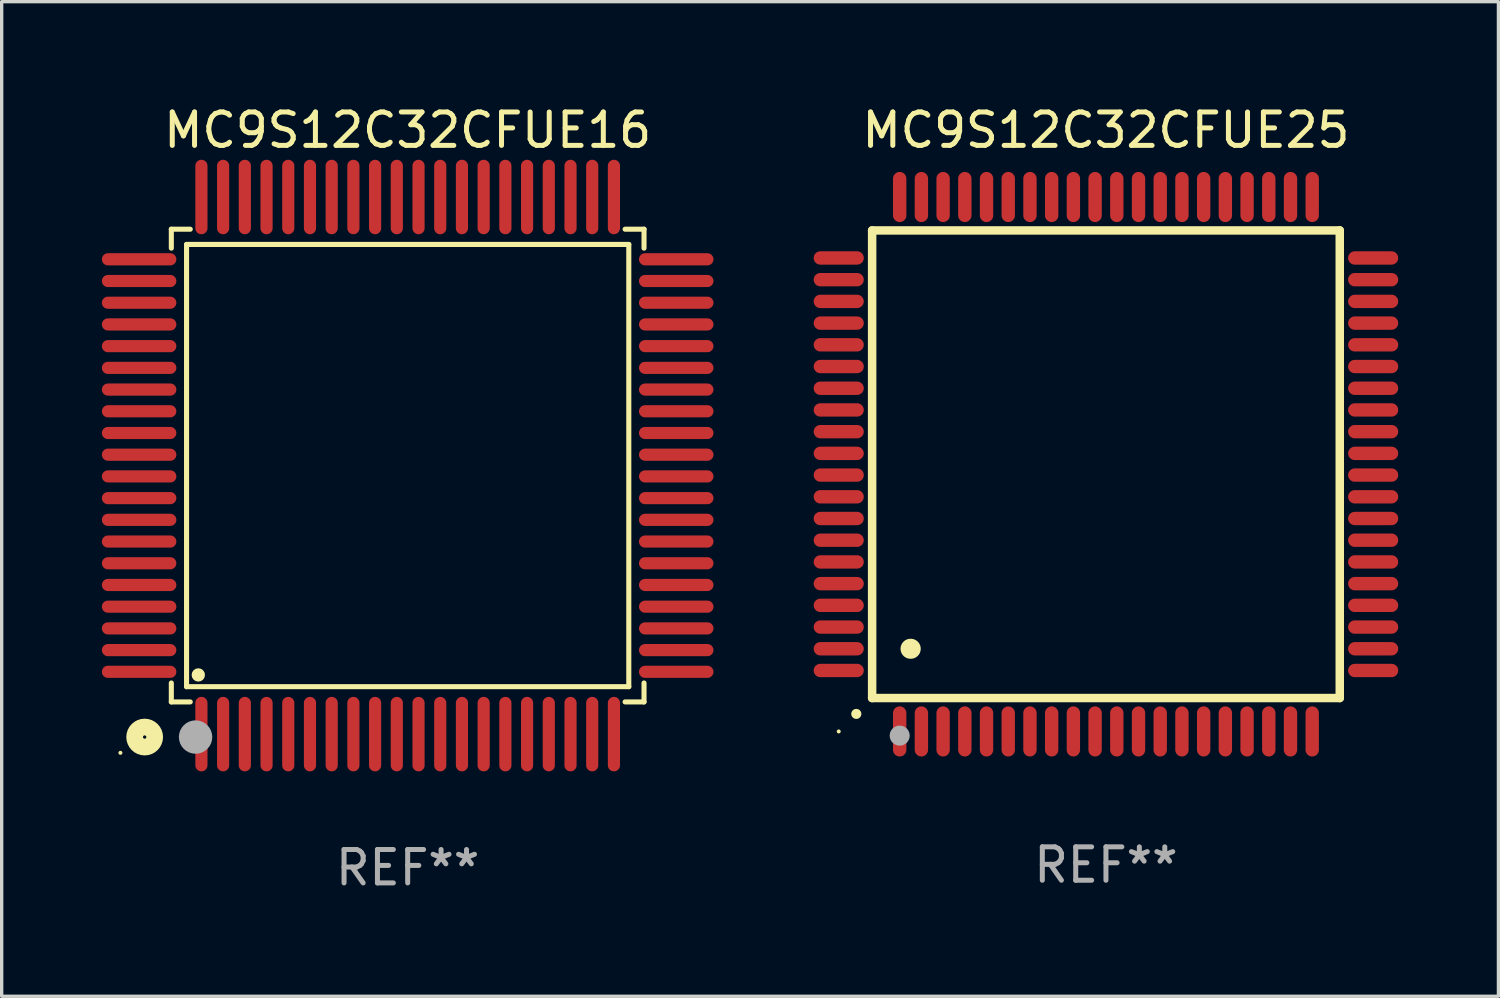
<source format=kicad_pcb>
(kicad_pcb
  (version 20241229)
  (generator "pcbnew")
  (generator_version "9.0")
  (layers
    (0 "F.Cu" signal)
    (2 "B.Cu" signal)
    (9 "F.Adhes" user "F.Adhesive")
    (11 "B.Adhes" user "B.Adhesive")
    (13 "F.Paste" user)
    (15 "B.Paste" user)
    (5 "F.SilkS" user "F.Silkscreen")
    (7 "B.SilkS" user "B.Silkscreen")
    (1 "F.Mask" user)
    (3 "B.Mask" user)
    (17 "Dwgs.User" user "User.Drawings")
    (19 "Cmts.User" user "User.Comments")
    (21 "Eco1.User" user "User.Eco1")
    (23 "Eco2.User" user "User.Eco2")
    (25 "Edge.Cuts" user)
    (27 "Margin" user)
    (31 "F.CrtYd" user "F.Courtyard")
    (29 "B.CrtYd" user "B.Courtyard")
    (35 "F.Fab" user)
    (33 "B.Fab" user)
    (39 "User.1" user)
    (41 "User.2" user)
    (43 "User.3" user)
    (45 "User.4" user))
  (footprint "MC9S12C32CFUE25"
    (layer "F.Cu")
    (at 30.06 10.848)
    (property "Reference" "MC9S12C32CFUE25" (at 0 -10 0) (layer "F.SilkS") (effects (font (size 1 1) (thickness 0.15))))
    (attr through_hole)
    (fp_line (start -7 -7) (end -7 7) (stroke (width 0.254) (type solid)) (layer "F.SilkS"))
    (fp_line (start -7 -7) (end 7 -7) (stroke (width 0.254) (type solid)) (layer "F.SilkS"))
    (fp_line (start -7 7) (end 7 7) (stroke (width 0.254) (type solid)) (layer "F.SilkS"))
    (fp_line (start 7 -7) (end 7 7) (stroke (width 0.254) (type solid)) (layer "F.SilkS"))
    (fp_arc (start -7.475006 7.475006) (mid -7.473736 7.475001) (end -7.472466 7.475006) (stroke (width 0.3) (type solid)) (layer "F.SilkS"))
    (fp_arc (start -5.850013 5.525019) (mid -5.847473 5.525008) (end -5.844933 5.525019) (stroke (width 0.6) (type solid)) (layer "F.SilkS"))
    (fp_circle (center -8 8) (end -7.97 8) (stroke (width 0.06) (type solid)) (fill no) (layer "F.SilkS"))
    (fp_circle (center -6.175 8.125) (end -6.025 8.125) (stroke (width 0.3) (type solid)) (fill no) (layer "F.Fab"))
    (fp_text user "REF**" (at 0 12 0) (layer "F.Fab") (effects (font (size 1 1) (thickness 0.15))))
    (pad "1" smd oval (at -6.175 8 180) (size 0.4 1.5) (layers "F.Cu" "F.Mask" "F.Paste"))
    (pad "2" smd oval (at -5.525 8 180) (size 0.4 1.5) (layers "F.Cu" "F.Mask" "F.Paste"))
    (pad "3" smd oval (at -4.875 8 180) (size 0.4 1.5) (layers "F.Cu" "F.Mask" "F.Paste"))
    (pad "4" smd oval (at -4.225 8 180) (size 0.4 1.5) (layers "F.Cu" "F.Mask" "F.Paste"))
    (pad "5" smd oval (at -3.575 8 180) (size 0.4 1.5) (layers "F.Cu" "F.Mask" "F.Paste"))
    (pad "6" smd oval (at -2.925 8 180) (size 0.4 1.5) (layers "F.Cu" "F.Mask" "F.Paste"))
    (pad "7" smd oval (at -2.275 8 180) (size 0.4 1.5) (layers "F.Cu" "F.Mask" "F.Paste"))
    (pad "8" smd oval (at -1.625 8 180) (size 0.4 1.5) (layers "F.Cu" "F.Mask" "F.Paste"))
    (pad "9" smd oval (at -0.975 8 180) (size 0.4 1.5) (layers "F.Cu" "F.Mask" "F.Paste"))
    (pad "10" smd oval (at -0.325 8 180) (size 0.4 1.5) (layers "F.Cu" "F.Mask" "F.Paste"))
    (pad "11" smd oval (at 0.325 8 180) (size 0.4 1.5) (layers "F.Cu" "F.Mask" "F.Paste"))
    (pad "12" smd oval (at 0.975 8 180) (size 0.4 1.5) (layers "F.Cu" "F.Mask" "F.Paste"))
    (pad "13" smd oval (at 1.625 8 180) (size 0.4 1.5) (layers "F.Cu" "F.Mask" "F.Paste"))
    (pad "14" smd oval (at 2.275 8 180) (size 0.4 1.5) (layers "F.Cu" "F.Mask" "F.Paste"))
    (pad "15" smd oval (at 2.925 8 180) (size 0.4 1.5) (layers "F.Cu" "F.Mask" "F.Paste"))
    (pad "16" smd oval (at 3.575 8 180) (size 0.4 1.5) (layers "F.Cu" "F.Mask" "F.Paste"))
    (pad "17" smd oval (at 4.225 8 180) (size 0.4 1.5) (layers "F.Cu" "F.Mask" "F.Paste"))
    (pad "18" smd oval (at 4.875 8 180) (size 0.4 1.5) (layers "F.Cu" "F.Mask" "F.Paste"))
    (pad "19" smd oval (at 5.525 8 180) (size 0.4 1.5) (layers "F.Cu" "F.Mask" "F.Paste"))
    (pad "20" smd oval (at 6.175 8) (size 0.4 1.5) (layers "F.Cu" "F.Mask" "F.Paste"))
    (pad "21" smd oval (at 8 6.175 270) (size 0.4 1.5) (layers "F.Cu" "F.Mask" "F.Paste"))
    (pad "22" smd oval (at 8 5.525 90) (size 0.4 1.5) (layers "F.Cu" "F.Mask" "F.Paste"))
    (pad "23" smd oval (at 8 4.875 90) (size 0.4 1.5) (layers "F.Cu" "F.Mask" "F.Paste"))
    (pad "24" smd oval (at 8 4.225 90) (size 0.4 1.5) (layers "F.Cu" "F.Mask" "F.Paste"))
    (pad "25" smd oval (at 8 3.575 90) (size 0.4 1.5) (layers "F.Cu" "F.Mask" "F.Paste"))
    (pad "26" smd oval (at 8 2.925 90) (size 0.4 1.5) (layers "F.Cu" "F.Mask" "F.Paste"))
    (pad "27" smd oval (at 8 2.275 90) (size 0.4 1.5) (layers "F.Cu" "F.Mask" "F.Paste"))
    (pad "28" smd oval (at 8 1.625 90) (size 0.4 1.5) (layers "F.Cu" "F.Mask" "F.Paste"))
    (pad "29" smd oval (at 8 0.975 90) (size 0.4 1.5) (layers "F.Cu" "F.Mask" "F.Paste"))
    (pad "30" smd oval (at 8 0.325 90) (size 0.4 1.5) (layers "F.Cu" "F.Mask" "F.Paste"))
    (pad "31" smd oval (at 8 -0.325 90) (size 0.4 1.5) (layers "F.Cu" "F.Mask" "F.Paste"))
    (pad "32" smd oval (at 8 -0.975 90) (size 0.4 1.5) (layers "F.Cu" "F.Mask" "F.Paste"))
    (pad "33" smd oval (at 8 -1.625 90) (size 0.4 1.5) (layers "F.Cu" "F.Mask" "F.Paste"))
    (pad "34" smd oval (at 8 -2.275 90) (size 0.4 1.5) (layers "F.Cu" "F.Mask" "F.Paste"))
    (pad "35" smd oval (at 8 -2.925 90) (size 0.4 1.5) (layers "F.Cu" "F.Mask" "F.Paste"))
    (pad "36" smd oval (at 8 -3.575 90) (size 0.4 1.5) (layers "F.Cu" "F.Mask" "F.Paste"))
    (pad "37" smd oval (at 8 -4.225 90) (size 0.4 1.5) (layers "F.Cu" "F.Mask" "F.Paste"))
    (pad "38" smd oval (at 8 -4.875 90) (size 0.4 1.5) (layers "F.Cu" "F.Mask" "F.Paste"))
    (pad "39" smd oval (at 8 -5.525 90) (size 0.4 1.5) (layers "F.Cu" "F.Mask" "F.Paste"))
    (pad "40" smd oval (at 8 -6.175 90) (size 0.4 1.5) (layers "F.Cu" "F.Mask" "F.Paste"))
    (pad "41" smd oval (at 6.175 -8) (size 0.4 1.5) (layers "F.Cu" "F.Mask" "F.Paste"))
    (pad "42" smd oval (at 5.525 -8 180) (size 0.4 1.5) (layers "F.Cu" "F.Mask" "F.Paste"))
    (pad "43" smd oval (at 4.875 -8 180) (size 0.4 1.5) (layers "F.Cu" "F.Mask" "F.Paste"))
    (pad "44" smd oval (at 4.225 -8 180) (size 0.4 1.5) (layers "F.Cu" "F.Mask" "F.Paste"))
    (pad "45" smd oval (at 3.575 -8 180) (size 0.4 1.5) (layers "F.Cu" "F.Mask" "F.Paste"))
    (pad "46" smd oval (at 2.925 -8 180) (size 0.4 1.5) (layers "F.Cu" "F.Mask" "F.Paste"))
    (pad "47" smd oval (at 2.275 -8 180) (size 0.4 1.5) (layers "F.Cu" "F.Mask" "F.Paste"))
    (pad "48" smd oval (at 1.625 -8 180) (size 0.4 1.5) (layers "F.Cu" "F.Mask" "F.Paste"))
    (pad "49" smd oval (at 0.975 -8 180) (size 0.4 1.5) (layers "F.Cu" "F.Mask" "F.Paste"))
    (pad "50" smd oval (at 0.325 -8 180) (size 0.4 1.5) (layers "F.Cu" "F.Mask" "F.Paste"))
    (pad "51" smd oval (at -0.325 -8 180) (size 0.4 1.5) (layers "F.Cu" "F.Mask" "F.Paste"))
    (pad "52" smd oval (at -0.975 -8 180) (size 0.4 1.5) (layers "F.Cu" "F.Mask" "F.Paste"))
    (pad "53" smd oval (at -1.625 -8 180) (size 0.4 1.5) (layers "F.Cu" "F.Mask" "F.Paste"))
    (pad "54" smd oval (at -2.275 -8 180) (size 0.4 1.5) (layers "F.Cu" "F.Mask" "F.Paste"))
    (pad "55" smd oval (at -2.925 -8 180) (size 0.4 1.5) (layers "F.Cu" "F.Mask" "F.Paste"))
    (pad "56" smd oval (at -3.575 -8 180) (size 0.4 1.5) (layers "F.Cu" "F.Mask" "F.Paste"))
    (pad "57" smd oval (at -4.225 -8 180) (size 0.4 1.5) (layers "F.Cu" "F.Mask" "F.Paste"))
    (pad "58" smd oval (at -4.875 -8 180) (size 0.4 1.5) (layers "F.Cu" "F.Mask" "F.Paste"))
    (pad "59" smd oval (at -5.525 -8 180) (size 0.4 1.5) (layers "F.Cu" "F.Mask" "F.Paste"))
    (pad "60" smd oval (at -6.175 -8 180) (size 0.4 1.5) (layers "F.Cu" "F.Mask" "F.Paste"))
    (pad "61" smd oval (at -8 -6.175 90) (size 0.4 1.5) (layers "F.Cu" "F.Mask" "F.Paste"))
    (pad "62" smd oval (at -8 -5.525 90) (size 0.4 1.5) (layers "F.Cu" "F.Mask" "F.Paste"))
    (pad "63" smd oval (at -8 -4.875 90) (size 0.4 1.5) (layers "F.Cu" "F.Mask" "F.Paste"))
    (pad "64" smd oval (at -8 -4.225 90) (size 0.4 1.5) (layers "F.Cu" "F.Mask" "F.Paste"))
    (pad "65" smd oval (at -8 -3.575 90) (size 0.4 1.5) (layers "F.Cu" "F.Mask" "F.Paste"))
    (pad "66" smd oval (at -8 -2.925 90) (size 0.4 1.5) (layers "F.Cu" "F.Mask" "F.Paste"))
    (pad "67" smd oval (at -8 -2.275 90) (size 0.4 1.5) (layers "F.Cu" "F.Mask" "F.Paste"))
    (pad "68" smd oval (at -8 -1.625 90) (size 0.4 1.5) (layers "F.Cu" "F.Mask" "F.Paste"))
    (pad "69" smd oval (at -8 -0.975 90) (size 0.4 1.5) (layers "F.Cu" "F.Mask" "F.Paste"))
    (pad "70" smd oval (at -8 -0.325 90) (size 0.4 1.5) (layers "F.Cu" "F.Mask" "F.Paste"))
    (pad "71" smd oval (at -8 0.325 90) (size 0.4 1.5) (layers "F.Cu" "F.Mask" "F.Paste"))
    (pad "72" smd oval (at -8 0.975 90) (size 0.4 1.5) (layers "F.Cu" "F.Mask" "F.Paste"))
    (pad "73" smd oval (at -8 1.625 90) (size 0.4 1.5) (layers "F.Cu" "F.Mask" "F.Paste"))
    (pad "74" smd oval (at -8 2.275 90) (size 0.4 1.5) (layers "F.Cu" "F.Mask" "F.Paste"))
    (pad "75" smd oval (at -8 2.925 90) (size 0.4 1.5) (layers "F.Cu" "F.Mask" "F.Paste"))
    (pad "76" smd oval (at -8 3.575 90) (size 0.4 1.5) (layers "F.Cu" "F.Mask" "F.Paste"))
    (pad "77" smd oval (at -8 4.225 90) (size 0.4 1.5) (layers "F.Cu" "F.Mask" "F.Paste"))
    (pad "78" smd oval (at -8 4.875 90) (size 0.4 1.5) (layers "F.Cu" "F.Mask" "F.Paste"))
    (pad "79" smd oval (at -8 5.525 90) (size 0.4 1.5) (layers "F.Cu" "F.Mask" "F.Paste"))
    (pad "80" smd oval (at -8 6.175 270) (size 0.4 1.5) (layers "F.Cu" "F.Mask" "F.Paste")))
  (footprint "MC9S12C32CFUE16"
    (layer "F.Cu")
    (at 9.155 10.888)
    (property "Reference" "MC9S12C32CFUE16" (at 0 -10.04 0) (layer "F.SilkS") (effects (font (size 1 1) (thickness 0.15))))
    (attr through_hole)
    (fp_line (start -7.076 -7.076) (end -7.076 -6.509) (stroke (width 0.152) (type solid)) (layer "F.SilkS"))
    (fp_line (start -7.076 7.076) (end -7.076 6.509) (stroke (width 0.152) (type solid)) (layer "F.SilkS"))
    (fp_line (start -6.62 -6.62) (end 6.62 -6.62) (stroke (width 0.152) (type solid)) (layer "F.SilkS"))
    (fp_line (start -6.62 6.62) (end -6.62 -6.62) (stroke (width 0.152) (type solid)) (layer "F.SilkS"))
    (fp_line (start -6.509 -7.076) (end -7.076 -7.076) (stroke (width 0.152) (type solid)) (layer "F.SilkS"))
    (fp_line (start -6.509 7.076) (end -7.076 7.076) (stroke (width 0.152) (type solid)) (layer "F.SilkS"))
    (fp_line (start 6.509 -7.076) (end 7.076 -7.076) (stroke (width 0.152) (type solid)) (layer "F.SilkS"))
    (fp_line (start 6.509 7.076) (end 7.076 7.076) (stroke (width 0.152) (type solid)) (layer "F.SilkS"))
    (fp_line (start 6.62 -6.62) (end 6.62 6.62) (stroke (width 0.152) (type solid)) (layer "F.SilkS"))
    (fp_line (start 6.62 6.62) (end -6.62 6.62) (stroke (width 0.152) (type solid)) (layer "F.SilkS"))
    (fp_line (start 7.076 -7.076) (end 7.076 -6.509) (stroke (width 0.152) (type solid)) (layer "F.SilkS"))
    (fp_line (start 7.076 7.076) (end 7.076 6.509) (stroke (width 0.152) (type solid)) (layer "F.SilkS"))
    (fp_circle (center -8.6 8.6) (end -8.57 8.6) (stroke (width 0.06) (type solid)) (fill no) (layer "F.SilkS"))
    (fp_circle (center -7.874 8.128) (end -7.574 8.128) (stroke (width 0.5) (type solid)) (fill no) (layer "F.SilkS"))
    (fp_circle (center -6.268 6.268) (end -6.168 6.268) (stroke (width 0.2) (type solid)) (fill no) (layer "F.SilkS"))
    (fp_circle (center -6.35 8.128) (end -6.1 8.128) (stroke (width 0.5) (type solid)) (fill no) (layer "F.Fab"))
    (fp_text user "REF**" (at 0 12.04 0) (layer "F.Fab") (effects (font (size 1 1) (thickness 0.15))))
    (pad "1" smd oval (at -6.175 8.04) (size 0.364 2.23) (layers "F.Cu" "F.Mask" "F.Paste"))
    (pad "2" smd oval (at -5.525 8.04) (size 0.364 2.23) (layers "F.Cu" "F.Mask" "F.Paste"))
    (pad "3" smd oval (at -4.875 8.04) (size 0.364 2.23) (layers "F.Cu" "F.Mask" "F.Paste"))
    (pad "4" smd oval (at -4.225 8.04) (size 0.364 2.23) (layers "F.Cu" "F.Mask" "F.Paste"))
    (pad "5" smd oval (at -3.575 8.04) (size 0.364 2.23) (layers "F.Cu" "F.Mask" "F.Paste"))
    (pad "6" smd oval (at -2.925 8.04) (size 0.364 2.23) (layers "F.Cu" "F.Mask" "F.Paste"))
    (pad "7" smd oval (at -2.275 8.04) (size 0.364 2.23) (layers "F.Cu" "F.Mask" "F.Paste"))
    (pad "8" smd oval (at -1.625 8.04) (size 0.364 2.23) (layers "F.Cu" "F.Mask" "F.Paste"))
    (pad "9" smd oval (at -0.975 8.04) (size 0.364 2.23) (layers "F.Cu" "F.Mask" "F.Paste"))
    (pad "10" smd oval (at -0.325 8.04) (size 0.364 2.23) (layers "F.Cu" "F.Mask" "F.Paste"))
    (pad "11" smd oval (at 0.325 8.04) (size 0.364 2.23) (layers "F.Cu" "F.Mask" "F.Paste"))
    (pad "12" smd oval (at 0.975 8.04) (size 0.364 2.23) (layers "F.Cu" "F.Mask" "F.Paste"))
    (pad "13" smd oval (at 1.625 8.04) (size 0.364 2.23) (layers "F.Cu" "F.Mask" "F.Paste"))
    (pad "14" smd oval (at 2.275 8.04) (size 0.364 2.23) (layers "F.Cu" "F.Mask" "F.Paste"))
    (pad "15" smd oval (at 2.925 8.04) (size 0.364 2.23) (layers "F.Cu" "F.Mask" "F.Paste"))
    (pad "16" smd oval (at 3.575 8.04) (size 0.364 2.23) (layers "F.Cu" "F.Mask" "F.Paste"))
    (pad "17" smd oval (at 4.225 8.04) (size 0.364 2.23) (layers "F.Cu" "F.Mask" "F.Paste"))
    (pad "18" smd oval (at 4.875 8.04) (size 0.364 2.23) (layers "F.Cu" "F.Mask" "F.Paste"))
    (pad "19" smd oval (at 5.525 8.04) (size 0.364 2.23) (layers "F.Cu" "F.Mask" "F.Paste"))
    (pad "20" smd oval (at 6.175 8.04) (size 0.364 2.23) (layers "F.Cu" "F.Mask" "F.Paste"))
    (pad "21" smd oval (at 8.04 6.175) (size 2.23 0.364) (layers "F.Cu" "F.Mask" "F.Paste"))
    (pad "22" smd oval (at 8.04 5.525) (size 2.23 0.364) (layers "F.Cu" "F.Mask" "F.Paste"))
    (pad "23" smd oval (at 8.04 4.875) (size 2.23 0.364) (layers "F.Cu" "F.Mask" "F.Paste"))
    (pad "24" smd oval (at 8.04 4.225) (size 2.23 0.364) (layers "F.Cu" "F.Mask" "F.Paste"))
    (pad "25" smd oval (at 8.04 3.575) (size 2.23 0.364) (layers "F.Cu" "F.Mask" "F.Paste"))
    (pad "26" smd oval (at 8.04 2.925) (size 2.23 0.364) (layers "F.Cu" "F.Mask" "F.Paste"))
    (pad "27" smd oval (at 8.04 2.275) (size 2.23 0.364) (layers "F.Cu" "F.Mask" "F.Paste"))
    (pad "28" smd oval (at 8.04 1.625) (size 2.23 0.364) (layers "F.Cu" "F.Mask" "F.Paste"))
    (pad "29" smd oval (at 8.04 0.975) (size 2.23 0.364) (layers "F.Cu" "F.Mask" "F.Paste"))
    (pad "30" smd oval (at 8.04 0.325) (size 2.23 0.364) (layers "F.Cu" "F.Mask" "F.Paste"))
    (pad "31" smd oval (at 8.04 -0.325) (size 2.23 0.364) (layers "F.Cu" "F.Mask" "F.Paste"))
    (pad "32" smd oval (at 8.04 -0.975) (size 2.23 0.364) (layers "F.Cu" "F.Mask" "F.Paste"))
    (pad "33" smd oval (at 8.04 -1.625) (size 2.23 0.364) (layers "F.Cu" "F.Mask" "F.Paste"))
    (pad "34" smd oval (at 8.04 -2.275) (size 2.23 0.364) (layers "F.Cu" "F.Mask" "F.Paste"))
    (pad "35" smd oval (at 8.04 -2.925) (size 2.23 0.364) (layers "F.Cu" "F.Mask" "F.Paste"))
    (pad "36" smd oval (at 8.04 -3.575) (size 2.23 0.364) (layers "F.Cu" "F.Mask" "F.Paste"))
    (pad "37" smd oval (at 8.04 -4.225) (size 2.23 0.364) (layers "F.Cu" "F.Mask" "F.Paste"))
    (pad "38" smd oval (at 8.04 -4.875) (size 2.23 0.364) (layers "F.Cu" "F.Mask" "F.Paste"))
    (pad "39" smd oval (at 8.04 -5.525) (size 2.23 0.364) (layers "F.Cu" "F.Mask" "F.Paste"))
    (pad "40" smd oval (at 8.04 -6.175) (size 2.23 0.364) (layers "F.Cu" "F.Mask" "F.Paste"))
    (pad "41" smd oval (at 6.175 -8.04) (size 0.364 2.23) (layers "F.Cu" "F.Mask" "F.Paste"))
    (pad "42" smd oval (at 5.525 -8.04) (size 0.364 2.23) (layers "F.Cu" "F.Mask" "F.Paste"))
    (pad "43" smd oval (at 4.875 -8.04) (size 0.364 2.23) (layers "F.Cu" "F.Mask" "F.Paste"))
    (pad "44" smd oval (at 4.225 -8.04) (size 0.364 2.23) (layers "F.Cu" "F.Mask" "F.Paste"))
    (pad "45" smd oval (at 3.575 -8.04) (size 0.364 2.23) (layers "F.Cu" "F.Mask" "F.Paste"))
    (pad "46" smd oval (at 2.925 -8.04) (size 0.364 2.23) (layers "F.Cu" "F.Mask" "F.Paste"))
    (pad "47" smd oval (at 2.275 -8.04) (size 0.364 2.23) (layers "F.Cu" "F.Mask" "F.Paste"))
    (pad "48" smd oval (at 1.625 -8.04) (size 0.364 2.23) (layers "F.Cu" "F.Mask" "F.Paste"))
    (pad "49" smd oval (at 0.975 -8.04) (size 0.364 2.23) (layers "F.Cu" "F.Mask" "F.Paste"))
    (pad "50" smd oval (at 0.325 -8.04) (size 0.364 2.23) (layers "F.Cu" "F.Mask" "F.Paste"))
    (pad "51" smd oval (at -0.325 -8.04) (size 0.364 2.23) (layers "F.Cu" "F.Mask" "F.Paste"))
    (pad "52" smd oval (at -0.975 -8.04) (size 0.364 2.23) (layers "F.Cu" "F.Mask" "F.Paste"))
    (pad "53" smd oval (at -1.625 -8.04) (size 0.364 2.23) (layers "F.Cu" "F.Mask" "F.Paste"))
    (pad "54" smd oval (at -2.275 -8.04) (size 0.364 2.23) (layers "F.Cu" "F.Mask" "F.Paste"))
    (pad "55" smd oval (at -2.925 -8.04) (size 0.364 2.23) (layers "F.Cu" "F.Mask" "F.Paste"))
    (pad "56" smd oval (at -3.575 -8.04) (size 0.364 2.23) (layers "F.Cu" "F.Mask" "F.Paste"))
    (pad "57" smd oval (at -4.225 -8.04) (size 0.364 2.23) (layers "F.Cu" "F.Mask" "F.Paste"))
    (pad "58" smd oval (at -4.875 -8.04) (size 0.364 2.23) (layers "F.Cu" "F.Mask" "F.Paste"))
    (pad "59" smd oval (at -5.525 -8.04) (size 0.364 2.23) (layers "F.Cu" "F.Mask" "F.Paste"))
    (pad "60" smd oval (at -6.175 -8.04) (size 0.364 2.23) (layers "F.Cu" "F.Mask" "F.Paste"))
    (pad "61" smd oval (at -8.04 -6.175) (size 2.23 0.364) (layers "F.Cu" "F.Mask" "F.Paste"))
    (pad "62" smd oval (at -8.04 -5.525) (size 2.23 0.364) (layers "F.Cu" "F.Mask" "F.Paste"))
    (pad "63" smd oval (at -8.04 -4.875) (size 2.23 0.364) (layers "F.Cu" "F.Mask" "F.Paste"))
    (pad "64" smd oval (at -8.04 -4.225) (size 2.23 0.364) (layers "F.Cu" "F.Mask" "F.Paste"))
    (pad "65" smd oval (at -8.04 -3.575) (size 2.23 0.364) (layers "F.Cu" "F.Mask" "F.Paste"))
    (pad "66" smd oval (at -8.04 -2.925) (size 2.23 0.364) (layers "F.Cu" "F.Mask" "F.Paste"))
    (pad "67" smd oval (at -8.04 -2.275) (size 2.23 0.364) (layers "F.Cu" "F.Mask" "F.Paste"))
    (pad "68" smd oval (at -8.04 -1.625) (size 2.23 0.364) (layers "F.Cu" "F.Mask" "F.Paste"))
    (pad "69" smd oval (at -8.04 -0.975) (size 2.23 0.364) (layers "F.Cu" "F.Mask" "F.Paste"))
    (pad "70" smd oval (at -8.04 -0.325) (size 2.23 0.364) (layers "F.Cu" "F.Mask" "F.Paste"))
    (pad "71" smd oval (at -8.04 0.325) (size 2.23 0.364) (layers "F.Cu" "F.Mask" "F.Paste"))
    (pad "72" smd oval (at -8.04 0.975) (size 2.23 0.364) (layers "F.Cu" "F.Mask" "F.Paste"))
    (pad "73" smd oval (at -8.04 1.625) (size 2.23 0.364) (layers "F.Cu" "F.Mask" "F.Paste"))
    (pad "74" smd oval (at -8.04 2.275) (size 2.23 0.364) (layers "F.Cu" "F.Mask" "F.Paste"))
    (pad "75" smd oval (at -8.04 2.925) (size 2.23 0.364) (layers "F.Cu" "F.Mask" "F.Paste"))
    (pad "76" smd oval (at -8.04 3.575) (size 2.23 0.364) (layers "F.Cu" "F.Mask" "F.Paste"))
    (pad "77" smd oval (at -8.04 4.225) (size 2.23 0.364) (layers "F.Cu" "F.Mask" "F.Paste"))
    (pad "78" smd oval (at -8.04 4.875) (size 2.23 0.364) (layers "F.Cu" "F.Mask" "F.Paste"))
    (pad "79" smd oval (at -8.04 5.525) (size 2.23 0.364) (layers "F.Cu" "F.Mask" "F.Paste"))
    (pad "80" smd oval (at -8.04 6.175) (size 2.23 0.364) (layers "F.Cu" "F.Mask" "F.Paste")))
  (gr_rect
    (start -3 -3)
    (end 41.81 26.776)
    (stroke (width 0.1) (type default))
    (fill no)
    (layer "Edge.Cuts")))
</source>
